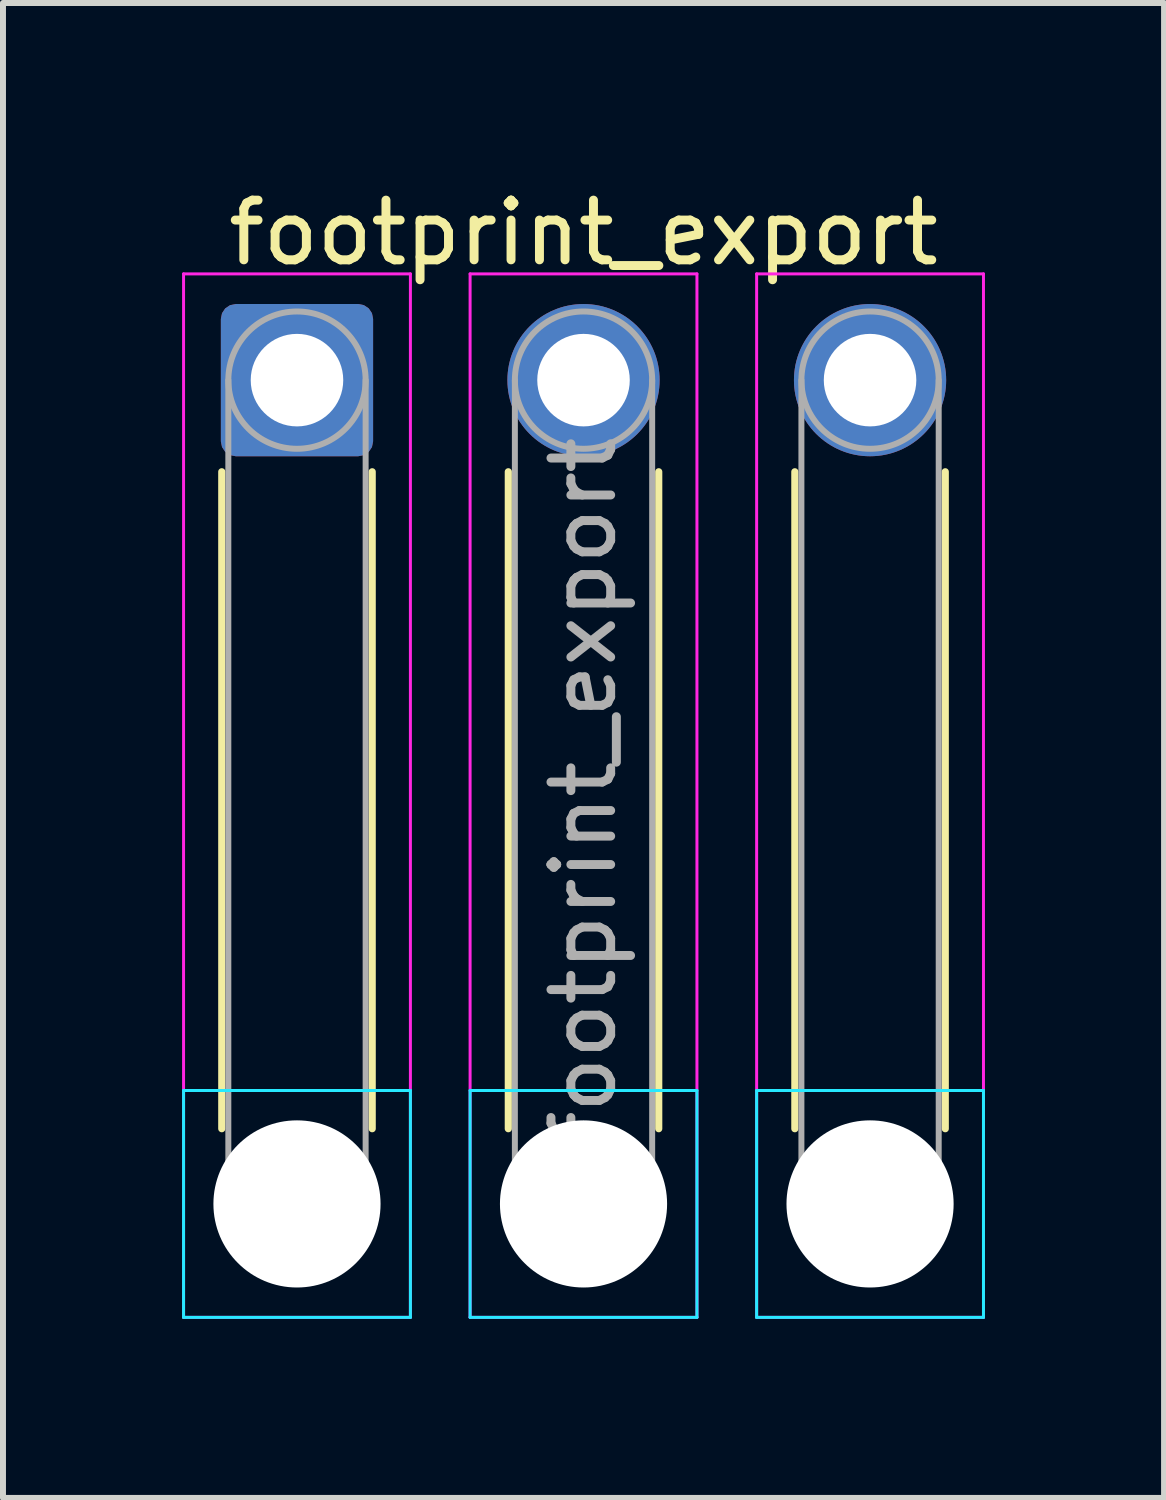
<source format=kicad_pcb>
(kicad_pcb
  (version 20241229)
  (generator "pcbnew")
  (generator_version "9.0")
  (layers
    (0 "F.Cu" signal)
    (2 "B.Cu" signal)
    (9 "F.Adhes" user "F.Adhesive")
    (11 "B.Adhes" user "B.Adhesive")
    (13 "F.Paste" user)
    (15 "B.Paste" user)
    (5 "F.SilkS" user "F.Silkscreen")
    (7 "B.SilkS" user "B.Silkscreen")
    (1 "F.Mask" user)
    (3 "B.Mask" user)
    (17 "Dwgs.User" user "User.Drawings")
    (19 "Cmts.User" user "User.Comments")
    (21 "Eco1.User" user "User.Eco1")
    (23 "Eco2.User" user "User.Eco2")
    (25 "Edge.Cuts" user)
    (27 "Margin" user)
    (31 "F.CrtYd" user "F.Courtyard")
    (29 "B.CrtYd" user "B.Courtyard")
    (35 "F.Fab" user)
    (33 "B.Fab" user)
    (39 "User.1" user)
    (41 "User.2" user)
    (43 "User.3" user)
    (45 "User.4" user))
  (footprint "footprint_export"
    (layer "F.Cu")
    (at 1.925 3.318)
    (property "Reference" "footprint_export" (at 4.8 -2.47 0) (layer "F.SilkS") (effects (font (size 1 1) (thickness 0.15))))
    (attr exclude_from_pos_files exclude_from_bom)
    (fp_line (start -1.26 1.535) (end -1.26 12.54) (stroke (width 0.12) (type solid)) (layer "F.SilkS"))
    (fp_line (start 1.26 1.535) (end 1.26 12.54) (stroke (width 0.12) (type solid)) (layer "F.SilkS"))
    (fp_line (start 3.54 1.535) (end 3.54 12.54) (stroke (width 0.12) (type solid)) (layer "F.SilkS"))
    (fp_line (start 6.06 1.535) (end 6.06 12.54) (stroke (width 0.12) (type solid)) (layer "F.SilkS"))
    (fp_line (start 8.34 1.535) (end 8.34 12.54) (stroke (width 0.12) (type solid)) (layer "F.SilkS"))
    (fp_line (start 10.86 1.535) (end 10.86 12.54) (stroke (width 0.12) (type solid)) (layer "F.SilkS"))
    (fp_line (start -1.9 11.9) (end -1.9 15.7) (stroke (width 0.05) (type solid)) (layer "B.CrtYd"))
    (fp_line (start -1.9 15.7) (end 1.9 15.7) (stroke (width 0.05) (type solid)) (layer "B.CrtYd"))
    (fp_line (start 1.9 11.9) (end -1.9 11.9) (stroke (width 0.05) (type solid)) (layer "B.CrtYd"))
    (fp_line (start 1.9 15.7) (end 1.9 11.9) (stroke (width 0.05) (type solid)) (layer "B.CrtYd"))
    (fp_line (start 2.9 11.9) (end 2.9 15.7) (stroke (width 0.05) (type solid)) (layer "B.CrtYd"))
    (fp_line (start 2.9 15.7) (end 6.7 15.7) (stroke (width 0.05) (type solid)) (layer "B.CrtYd"))
    (fp_line (start 6.7 11.9) (end 2.9 11.9) (stroke (width 0.05) (type solid)) (layer "B.CrtYd"))
    (fp_line (start 6.7 15.7) (end 6.7 11.9) (stroke (width 0.05) (type solid)) (layer "B.CrtYd"))
    (fp_line (start 7.7 11.9) (end 7.7 15.7) (stroke (width 0.05) (type solid)) (layer "B.CrtYd"))
    (fp_line (start 7.7 15.7) (end 11.5 15.7) (stroke (width 0.05) (type solid)) (layer "B.CrtYd"))
    (fp_line (start 11.5 11.9) (end 7.7 11.9) (stroke (width 0.05) (type solid)) (layer "B.CrtYd"))
    (fp_line (start 11.5 15.7) (end 11.5 11.9) (stroke (width 0.05) (type solid)) (layer "B.CrtYd"))
    (fp_line (start -1.9 -1.78) (end -1.9 15.7) (stroke (width 0.05) (type solid)) (layer "F.CrtYd"))
    (fp_line (start -1.9 15.7) (end 1.9 15.7) (stroke (width 0.05) (type solid)) (layer "F.CrtYd"))
    (fp_line (start 1.9 -1.78) (end -1.9 -1.78) (stroke (width 0.05) (type solid)) (layer "F.CrtYd"))
    (fp_line (start 1.9 15.7) (end 1.9 -1.78) (stroke (width 0.05) (type solid)) (layer "F.CrtYd"))
    (fp_line (start 2.9 -1.78) (end 2.9 15.7) (stroke (width 0.05) (type solid)) (layer "F.CrtYd"))
    (fp_line (start 2.9 15.7) (end 6.7 15.7) (stroke (width 0.05) (type solid)) (layer "F.CrtYd"))
    (fp_line (start 6.7 -1.78) (end 2.9 -1.78) (stroke (width 0.05) (type solid)) (layer "F.CrtYd"))
    (fp_line (start 6.7 15.7) (end 6.7 -1.78) (stroke (width 0.05) (type solid)) (layer "F.CrtYd"))
    (fp_line (start 7.7 -1.78) (end 7.7 15.7) (stroke (width 0.05) (type solid)) (layer "F.CrtYd"))
    (fp_line (start 7.7 15.7) (end 11.5 15.7) (stroke (width 0.05) (type solid)) (layer "F.CrtYd"))
    (fp_line (start 11.5 -1.78) (end 7.7 -1.78) (stroke (width 0.05) (type solid)) (layer "F.CrtYd"))
    (fp_line (start 11.5 15.7) (end 11.5 -1.78) (stroke (width 0.05) (type solid)) (layer "F.CrtYd"))
    (fp_line (start -1.15 0) (end -1.15 13.8) (stroke (width 0.1) (type solid)) (layer "F.Fab"))
    (fp_line (start 1.15 0) (end 1.15 13.8) (stroke (width 0.1) (type solid)) (layer "F.Fab"))
    (fp_line (start 3.65 0) (end 3.65 13.8) (stroke (width 0.1) (type solid)) (layer "F.Fab"))
    (fp_line (start 5.95 0) (end 5.95 13.8) (stroke (width 0.1) (type solid)) (layer "F.Fab"))
    (fp_line (start 8.45 0) (end 8.45 13.8) (stroke (width 0.1) (type solid)) (layer "F.Fab"))
    (fp_line (start 10.75 0) (end 10.75 13.8) (stroke (width 0.1) (type solid)) (layer "F.Fab"))
    (fp_circle (center 0 0) (end 1.15 0) (stroke (width 0.1) (type solid)) (fill no) (layer "F.Fab"))
    (fp_circle (center 0 13.8) (end 1.15 13.8) (stroke (width 0.1) (type solid)) (fill no) (layer "F.Fab"))
    (fp_circle (center 4.8 0) (end 5.95 0) (stroke (width 0.1) (type solid)) (fill no) (layer "F.Fab"))
    (fp_circle (center 4.8 13.8) (end 5.95 13.8) (stroke (width 0.1) (type solid)) (fill no) (layer "F.Fab"))
    (fp_circle (center 9.6 0) (end 10.75 0) (stroke (width 0.1) (type solid)) (fill no) (layer "F.Fab"))
    (fp_circle (center 9.6 13.8) (end 10.75 13.8) (stroke (width 0.1) (type solid)) (fill no) (layer "F.Fab"))
    (fp_text user "${REFERENCE}" (at 4.8 6.9 90) (layer "F.Fab") (effects (font (size 1 1) (thickness 0.15))))
    (pad "" np_thru_hole circle (at 0 13.8) (size 2.8 2.8) (drill 2.8) (layers "*.Cu" "*.Mask"))
    (pad "" np_thru_hole circle (at 4.8 13.8) (size 2.8 2.8) (drill 2.8) (layers "*.Cu" "*.Mask"))
    (pad "" np_thru_hole circle (at 9.6 13.8) (size 2.8 2.8) (drill 2.8) (layers "*.Cu" "*.Mask"))
    (pad "1" thru_hole roundrect (at 0 0) (size 2.55 2.55) (drill 1.55) (layers "*.Cu" "*.Mask") (roundrect_rratio 0.098))
    (pad "2" thru_hole circle (at 4.8 0) (size 2.55 2.55) (drill 1.55) (layers "*.Cu" "*.Mask"))
    (pad "3" thru_hole circle (at 9.6 0) (size 2.55 2.55) (drill 1.55) (layers "*.Cu" "*.Mask")))
  (gr_rect
    (start -3 -3)
    (end 16.45 22.043)
    (stroke (width 0.1) (type default))
    (fill no)
    (layer "Edge.Cuts")))
</source>
